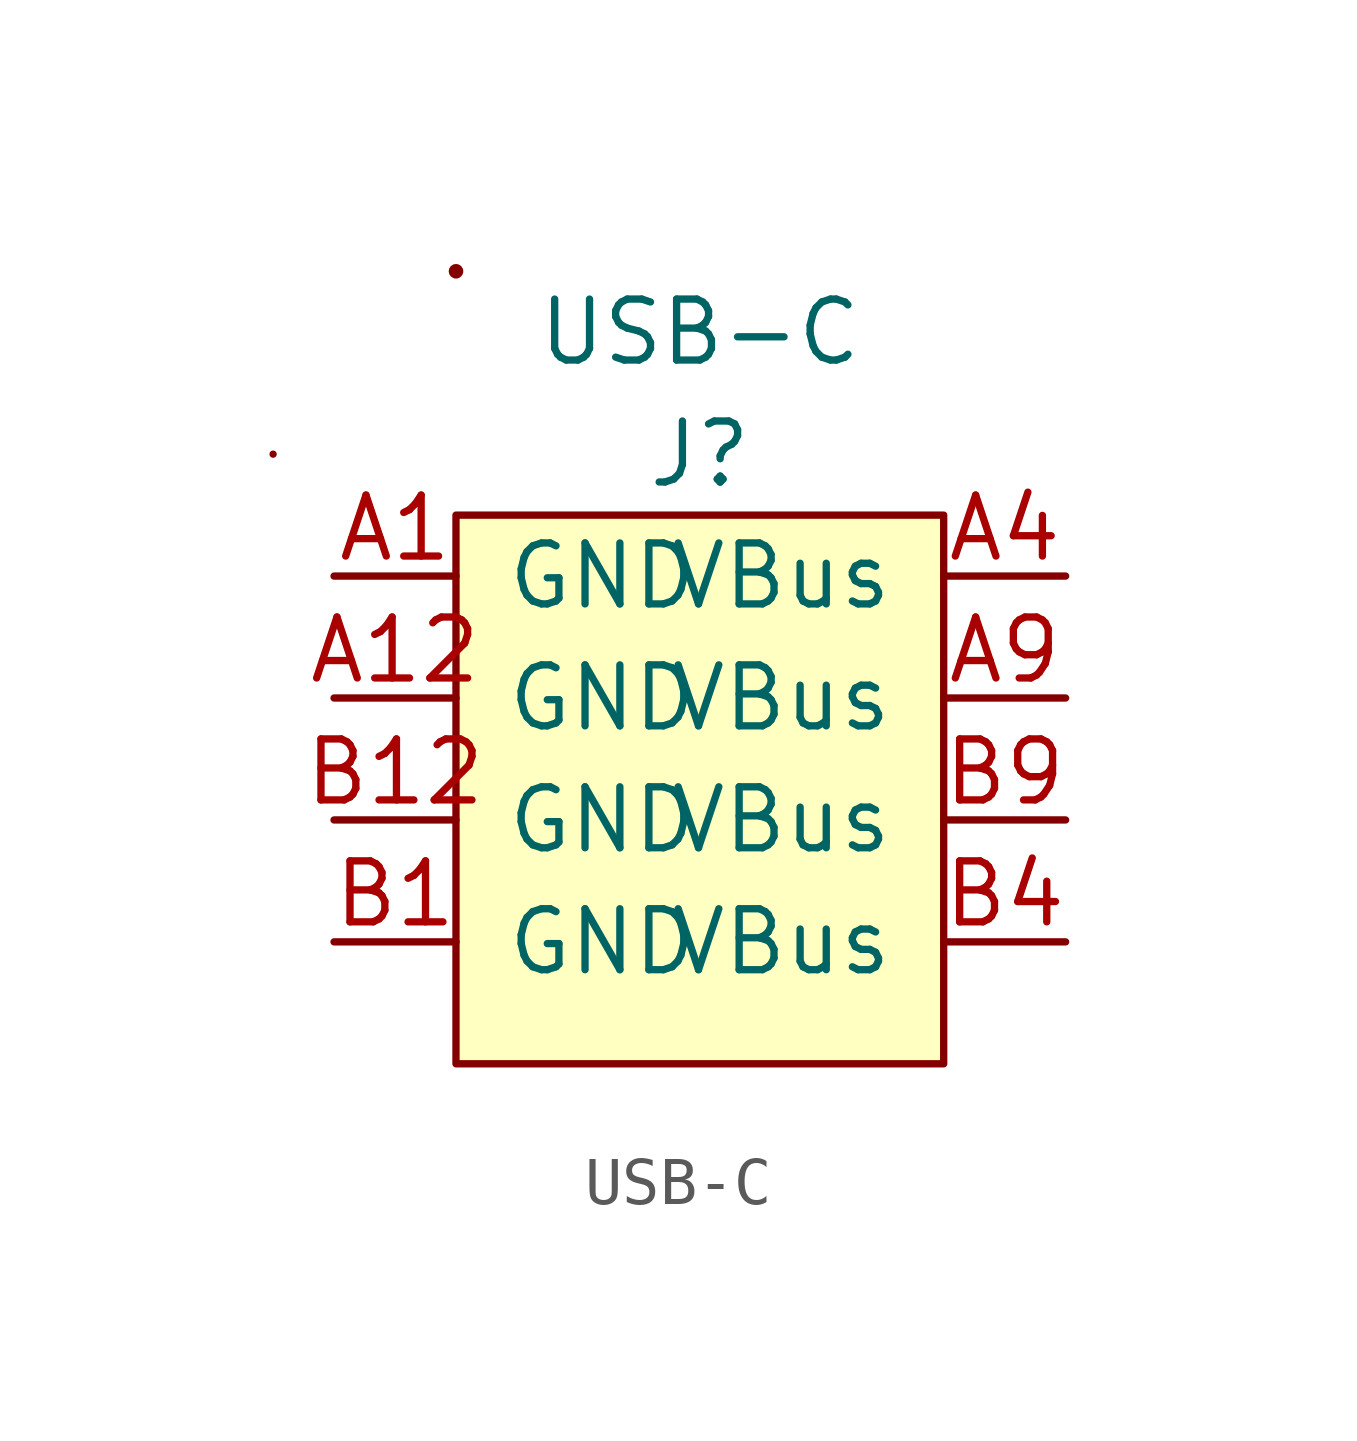
<source format=kicad_sym>
(kicad_symbol_lib
  (version 20220126)
  (generator kicad_symbol_editor)
  (symbol "USB-C"
    (pin_names
      (offset 1.016))
    (property "Reference" "J"
      (at 0 0 0)
      (effects (font (size 1.27 1.27))))
    (property "Value" "USB-C"
      (at 0 2.54 0)
      (effects (font (size 1.27 1.27))))
    (symbol "USB-C_0_1"
      (arc (start -8.89 0) (mid -8.89 10.16) (end -8.89 0) (stroke (width 0) (type default)) (fill (type none)))
      (rectangle (start -5.08 -1.27) (end 5.08 -12.7) (stroke (width 0) (type default)) (fill (type background)))
      (circle (center -5.08 3.81) (radius 0.0001) (stroke (width 0) (type default)) (fill (type none))))
    (symbol "USB-C_1_1"
      (pin input line (at -7.62 -2.54 0) (length 2.54) (name "GND" (effects (font (size 1.27 1.27)))) (number "A1" (effects (font (size 1.27 1.27)))))
      (pin input line (at -7.62 -5.08 0) (length 2.54) (name "GND" (effects (font (size 1.27 1.27)))) (number "A12" (effects (font (size 1.27 1.27)))))
      (pin input line (at 7.62 -2.54 180) (length 2.54) (name "VBus" (effects (font (size 1.27 1.27)))) (number "A4" (effects (font (size 1.27 1.27)))))
      (pin input line (at 7.62 -5.08 180) (length 2.54) (name "VBus" (effects (font (size 1.27 1.27)))) (number "A9" (effects (font (size 1.27 1.27)))))
      (pin input line (at -7.62 -10.16 0) (length 2.54) (name "GND" (effects (font (size 1.27 1.27)))) (number "B1" (effects (font (size 1.27 1.27)))))
      (pin input line (at -7.62 -7.62 0) (length 2.54) (name "GND" (effects (font (size 1.27 1.27)))) (number "B12" (effects (font (size 1.27 1.27)))))
      (pin input line (at 7.62 -10.16 180) (length 2.54) (name "VBus" (effects (font (size 1.27 1.27)))) (number "B4" (effects (font (size 1.27 1.27)))))
      (pin input line (at 7.62 -7.62 180) (length 2.54) (name "VBus" (effects (font (size 1.27 1.27)))) (number "B9" (effects (font (size 1.27 1.27))))))))
</source>
